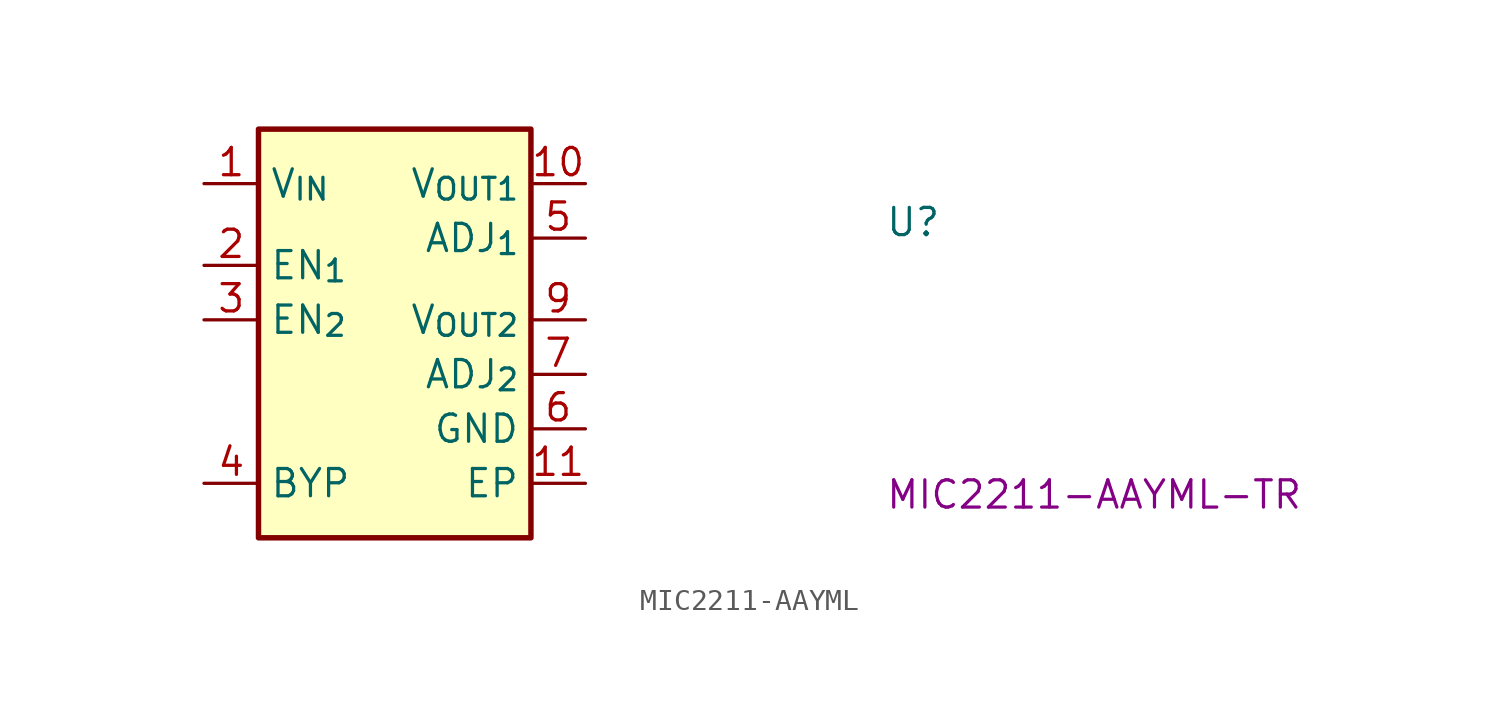
<source format=kicad_sym>
(kicad_symbol_lib
  (version 20220914)
  (generator kicad_symbol_editor)
  (symbol "MIC2211-AAYML"
    (property "Reference" "U"
      (at 31.75 -2.54 0)
      (effects (font (size 1.27 1.27) (thickness 0.15)) (justify left bottom)))
    (property "MPN" "MIC2211-AAYML-TR"
      (at 31.75 -15.24 0)
      (effects (font (size 1.27 1.27) (thickness 0.15)) (justify left bottom)))
    (symbol "MIC2211-AAYML_1_1"
      (rectangle (start 2.54 2.54) (end 15.24 -16.51) (stroke (width 0.254) (type default)) (fill (type background)))
      (pin power_in line (at 0 0 0) (length 2.54) (name "V_{IN}" (effects (font (size 1.27 1.27)))) (number "1" (effects (font (size 1.27 1.27)))))
      (pin power_out line (at 17.78 0 180) (length 2.54) (name "V_{OUT1}" (effects (font (size 1.27 1.27)))) (number "10" (effects (font (size 1.27 1.27)))))
      (pin power_in line (at 17.78 -13.97 180) (length 2.54) (name "EP" (effects (font (size 1.27 1.27)))) (number "11" (effects (font (size 1.27 1.27)))))
      (pin input line (at 0 -3.81 0) (length 2.54) (name "EN_{1}" (effects (font (size 1.27 1.27)))) (number "2" (effects (font (size 1.27 1.27)))))
      (pin input line (at 0 -6.35 0) (length 2.54) (name "EN_{2}" (effects (font (size 1.27 1.27)))) (number "3" (effects (font (size 1.27 1.27)))))
      (pin passive line (at 0 -13.97 0) (length 2.54) (name "BYP" (effects (font (size 1.27 1.27)))) (number "4" (effects (font (size 1.27 1.27)))))
      (pin input line (at 17.78 -2.54 180) (length 2.54) (name "ADJ_{1}" (effects (font (size 1.27 1.27)))) (number "5" (effects (font (size 1.27 1.27)))))
      (pin power_in line (at 17.78 -11.43 180) (length 2.54) (name "GND" (effects (font (size 1.27 1.27)))) (number "6" (effects (font (size 1.27 1.27)))))
      (pin input line (at 17.78 -8.89 180) (length 2.54) (name "ADJ_{2}" (effects (font (size 1.27 1.27)))) (number "7" (effects (font (size 1.27 1.27)))))
      (pin no_connect line (at 2.54 -11.43 0) (length 2.54) hide (name "NC" (effects (font (size 1.27 1.27)))) (number "8" (effects (font (size 1.27 1.27)))))
      (pin power_out line (at 17.78 -6.35 180) (length 2.54) (name "V_{OUT2}" (effects (font (size 1.27 1.27)))) (number "9" (effects (font (size 1.27 1.27))))))))
</source>
